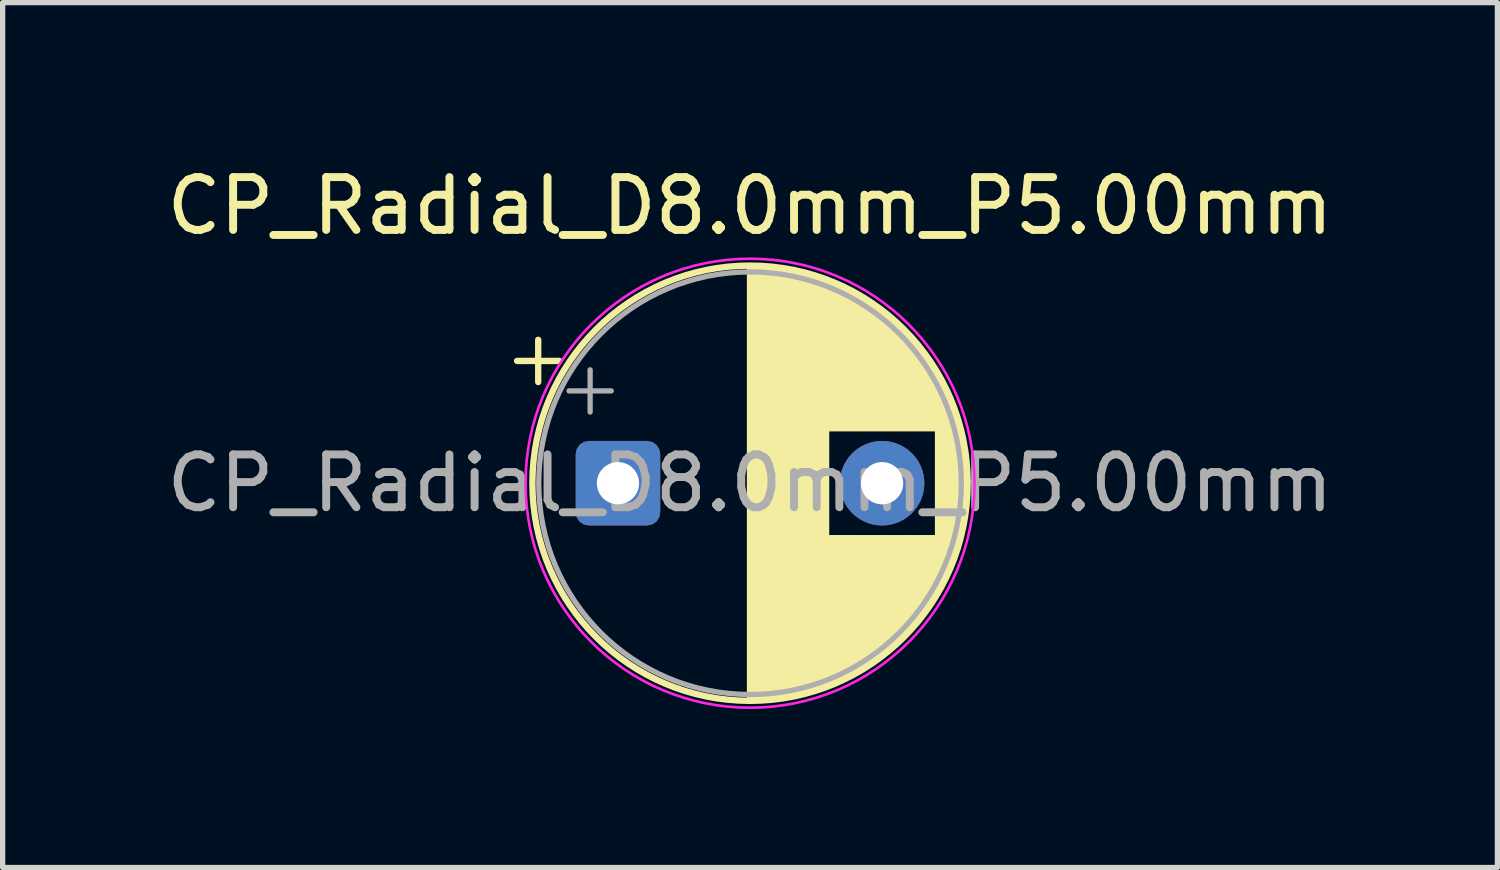
<source format=kicad_pcb>
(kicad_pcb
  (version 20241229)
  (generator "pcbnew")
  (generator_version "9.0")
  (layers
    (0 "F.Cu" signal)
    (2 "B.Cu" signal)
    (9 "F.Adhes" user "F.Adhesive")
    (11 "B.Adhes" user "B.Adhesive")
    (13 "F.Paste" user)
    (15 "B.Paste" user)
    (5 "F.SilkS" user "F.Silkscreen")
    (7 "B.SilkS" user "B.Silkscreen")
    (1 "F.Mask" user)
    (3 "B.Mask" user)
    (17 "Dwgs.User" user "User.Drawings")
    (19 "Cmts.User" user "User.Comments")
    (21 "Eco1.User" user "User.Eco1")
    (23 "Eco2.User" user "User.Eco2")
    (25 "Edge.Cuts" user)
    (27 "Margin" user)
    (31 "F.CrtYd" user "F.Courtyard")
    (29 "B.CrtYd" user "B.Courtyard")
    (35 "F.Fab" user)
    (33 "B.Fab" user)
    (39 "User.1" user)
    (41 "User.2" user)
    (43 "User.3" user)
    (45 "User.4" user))
  (footprint "CP_Radial_D8.0mm_P5.00mm"
    (layer "F.Cu")
    (at 8.649 6.098)
    (property "Reference" "CP_Radial_D8.0mm_P5.00mm" (at 2.5 -5.25 180) (layer "F.SilkS") (effects (font (size 1 1) (thickness 0.15))))
    (attr through_hole)
    (fp_line (start -1.91 -2.315) (end -1.11 -2.315) (stroke (width 0.12) (type solid)) (layer "F.SilkS"))
    (fp_line (start -1.51 -2.715) (end -1.51 -1.915) (stroke (width 0.12) (type solid)) (layer "F.SilkS"))
    (fp_line (start 2.5 -4.08) (end 2.5 4.08) (stroke (width 0.12) (type solid)) (layer "F.SilkS"))
    (fp_line (start 2.54 -4.08) (end 2.54 4.08) (stroke (width 0.12) (type solid)) (layer "F.SilkS"))
    (fp_line (start 2.58 -4.079) (end 2.58 4.079) (stroke (width 0.12) (type solid)) (layer "F.SilkS"))
    (fp_line (start 2.62 -4.078) (end 2.62 4.078) (stroke (width 0.12) (type solid)) (layer "F.SilkS"))
    (fp_line (start 2.66 -4.077) (end 2.66 4.077) (stroke (width 0.12) (type solid)) (layer "F.SilkS"))
    (fp_line (start 2.7 -4.075) (end 2.7 4.075) (stroke (width 0.12) (type solid)) (layer "F.SilkS"))
    (fp_line (start 2.74 -4.073) (end 2.74 4.073) (stroke (width 0.12) (type solid)) (layer "F.SilkS"))
    (fp_line (start 2.78 -4.07) (end 2.78 4.07) (stroke (width 0.12) (type solid)) (layer "F.SilkS"))
    (fp_line (start 2.82 -4.068) (end 2.82 4.068) (stroke (width 0.12) (type solid)) (layer "F.SilkS"))
    (fp_line (start 2.86 -4.064) (end 2.86 4.064) (stroke (width 0.12) (type solid)) (layer "F.SilkS"))
    (fp_line (start 2.9 -4.061) (end 2.9 4.061) (stroke (width 0.12) (type solid)) (layer "F.SilkS"))
    (fp_line (start 2.94 -4.056) (end 2.94 4.056) (stroke (width 0.12) (type solid)) (layer "F.SilkS"))
    (fp_line (start 2.98 -4.052) (end 2.98 4.052) (stroke (width 0.12) (type solid)) (layer "F.SilkS"))
    (fp_line (start 3.02 -4.047) (end 3.02 4.047) (stroke (width 0.12) (type solid)) (layer "F.SilkS"))
    (fp_line (start 3.06 -4.042) (end 3.06 4.042) (stroke (width 0.12) (type solid)) (layer "F.SilkS"))
    (fp_line (start 3.1 -4.036) (end 3.1 4.036) (stroke (width 0.12) (type solid)) (layer "F.SilkS"))
    (fp_line (start 3.14 -4.03) (end 3.14 4.03) (stroke (width 0.12) (type solid)) (layer "F.SilkS"))
    (fp_line (start 3.18 -4.023) (end 3.18 4.023) (stroke (width 0.12) (type solid)) (layer "F.SilkS"))
    (fp_line (start 3.22 -4.017) (end 3.22 4.017) (stroke (width 0.12) (type solid)) (layer "F.SilkS"))
    (fp_line (start 3.26 -4.009) (end 3.26 4.009) (stroke (width 0.12) (type solid)) (layer "F.SilkS"))
    (fp_line (start 3.3 -4.002) (end 3.3 4.002) (stroke (width 0.12) (type solid)) (layer "F.SilkS"))
    (fp_line (start 3.34 -3.993) (end 3.34 3.993) (stroke (width 0.12) (type solid)) (layer "F.SilkS"))
    (fp_line (start 3.38 -3.985) (end 3.38 3.985) (stroke (width 0.12) (type solid)) (layer "F.SilkS"))
    (fp_line (start 3.42 -3.976) (end 3.42 3.976) (stroke (width 0.12) (type solid)) (layer "F.SilkS"))
    (fp_line (start 3.46 -3.967) (end 3.46 3.967) (stroke (width 0.12) (type solid)) (layer "F.SilkS"))
    (fp_line (start 3.5 -3.957) (end 3.5 3.957) (stroke (width 0.12) (type solid)) (layer "F.SilkS"))
    (fp_line (start 3.54 -3.947) (end 3.54 3.947) (stroke (width 0.12) (type solid)) (layer "F.SilkS"))
    (fp_line (start 3.58 -3.936) (end 3.58 3.936) (stroke (width 0.12) (type solid)) (layer "F.SilkS"))
    (fp_line (start 3.62 -3.925) (end 3.62 3.925) (stroke (width 0.12) (type solid)) (layer "F.SilkS"))
    (fp_line (start 3.66 -3.913) (end 3.66 3.913) (stroke (width 0.12) (type solid)) (layer "F.SilkS"))
    (fp_line (start 3.7 -3.901) (end 3.7 3.901) (stroke (width 0.12) (type solid)) (layer "F.SilkS"))
    (fp_line (start 3.74 -3.889) (end 3.74 3.889) (stroke (width 0.12) (type solid)) (layer "F.SilkS"))
    (fp_line (start 3.78 -3.876) (end 3.78 3.876) (stroke (width 0.12) (type solid)) (layer "F.SilkS"))
    (fp_line (start 3.82 -3.863) (end 3.82 3.863) (stroke (width 0.12) (type solid)) (layer "F.SilkS"))
    (fp_line (start 3.86 -3.849) (end 3.86 3.849) (stroke (width 0.12) (type solid)) (layer "F.SilkS"))
    (fp_line (start 3.9 -3.835) (end 3.9 3.835) (stroke (width 0.12) (type solid)) (layer "F.SilkS"))
    (fp_line (start 3.94 -3.82) (end 3.94 3.82) (stroke (width 0.12) (type solid)) (layer "F.SilkS"))
    (fp_line (start 3.98 -3.805) (end 3.98 -1.04) (stroke (width 0.12) (type solid)) (layer "F.SilkS"))
    (fp_line (start 3.98 1.04) (end 3.98 3.805) (stroke (width 0.12) (type solid)) (layer "F.SilkS"))
    (fp_line (start 4.02 -3.789) (end 4.02 -1.04) (stroke (width 0.12) (type solid)) (layer "F.SilkS"))
    (fp_line (start 4.02 1.04) (end 4.02 3.789) (stroke (width 0.12) (type solid)) (layer "F.SilkS"))
    (fp_line (start 4.06 -3.773) (end 4.06 -1.04) (stroke (width 0.12) (type solid)) (layer "F.SilkS"))
    (fp_line (start 4.06 1.04) (end 4.06 3.773) (stroke (width 0.12) (type solid)) (layer "F.SilkS"))
    (fp_line (start 4.1 -3.757) (end 4.1 -1.04) (stroke (width 0.12) (type solid)) (layer "F.SilkS"))
    (fp_line (start 4.1 1.04) (end 4.1 3.757) (stroke (width 0.12) (type solid)) (layer "F.SilkS"))
    (fp_line (start 4.14 -3.74) (end 4.14 -1.04) (stroke (width 0.12) (type solid)) (layer "F.SilkS"))
    (fp_line (start 4.14 1.04) (end 4.14 3.74) (stroke (width 0.12) (type solid)) (layer "F.SilkS"))
    (fp_line (start 4.18 -3.722) (end 4.18 -1.04) (stroke (width 0.12) (type solid)) (layer "F.SilkS"))
    (fp_line (start 4.18 1.04) (end 4.18 3.722) (stroke (width 0.12) (type solid)) (layer "F.SilkS"))
    (fp_line (start 4.22 -3.704) (end 4.22 -1.04) (stroke (width 0.12) (type solid)) (layer "F.SilkS"))
    (fp_line (start 4.22 1.04) (end 4.22 3.704) (stroke (width 0.12) (type solid)) (layer "F.SilkS"))
    (fp_line (start 4.26 -3.685) (end 4.26 -1.04) (stroke (width 0.12) (type solid)) (layer "F.SilkS"))
    (fp_line (start 4.26 1.04) (end 4.26 3.685) (stroke (width 0.12) (type solid)) (layer "F.SilkS"))
    (fp_line (start 4.3 -3.666) (end 4.3 -1.04) (stroke (width 0.12) (type solid)) (layer "F.SilkS"))
    (fp_line (start 4.3 1.04) (end 4.3 3.666) (stroke (width 0.12) (type solid)) (layer "F.SilkS"))
    (fp_line (start 4.34 -3.646) (end 4.34 -1.04) (stroke (width 0.12) (type solid)) (layer "F.SilkS"))
    (fp_line (start 4.34 1.04) (end 4.34 3.646) (stroke (width 0.12) (type solid)) (layer "F.SilkS"))
    (fp_line (start 4.38 -3.626) (end 4.38 -1.04) (stroke (width 0.12) (type solid)) (layer "F.SilkS"))
    (fp_line (start 4.38 1.04) (end 4.38 3.626) (stroke (width 0.12) (type solid)) (layer "F.SilkS"))
    (fp_line (start 4.42 -3.605) (end 4.42 -1.04) (stroke (width 0.12) (type solid)) (layer "F.SilkS"))
    (fp_line (start 4.42 1.04) (end 4.42 3.605) (stroke (width 0.12) (type solid)) (layer "F.SilkS"))
    (fp_line (start 4.46 -3.584) (end 4.46 -1.04) (stroke (width 0.12) (type solid)) (layer "F.SilkS"))
    (fp_line (start 4.46 1.04) (end 4.46 3.584) (stroke (width 0.12) (type solid)) (layer "F.SilkS"))
    (fp_line (start 4.5 -3.562) (end 4.5 -1.04) (stroke (width 0.12) (type solid)) (layer "F.SilkS"))
    (fp_line (start 4.5 1.04) (end 4.5 3.562) (stroke (width 0.12) (type solid)) (layer "F.SilkS"))
    (fp_line (start 4.54 -3.539) (end 4.54 -1.04) (stroke (width 0.12) (type solid)) (layer "F.SilkS"))
    (fp_line (start 4.54 1.04) (end 4.54 3.539) (stroke (width 0.12) (type solid)) (layer "F.SilkS"))
    (fp_line (start 4.58 -3.516) (end 4.58 -1.04) (stroke (width 0.12) (type solid)) (layer "F.SilkS"))
    (fp_line (start 4.58 1.04) (end 4.58 3.516) (stroke (width 0.12) (type solid)) (layer "F.SilkS"))
    (fp_line (start 4.62 -3.493) (end 4.62 -1.04) (stroke (width 0.12) (type solid)) (layer "F.SilkS"))
    (fp_line (start 4.62 1.04) (end 4.62 3.493) (stroke (width 0.12) (type solid)) (layer "F.SilkS"))
    (fp_line (start 4.66 -3.468) (end 4.66 -1.04) (stroke (width 0.12) (type solid)) (layer "F.SilkS"))
    (fp_line (start 4.66 1.04) (end 4.66 3.468) (stroke (width 0.12) (type solid)) (layer "F.SilkS"))
    (fp_line (start 4.7 -3.443) (end 4.7 -1.04) (stroke (width 0.12) (type solid)) (layer "F.SilkS"))
    (fp_line (start 4.7 1.04) (end 4.7 3.443) (stroke (width 0.12) (type solid)) (layer "F.SilkS"))
    (fp_line (start 4.74 -3.418) (end 4.74 -1.04) (stroke (width 0.12) (type solid)) (layer "F.SilkS"))
    (fp_line (start 4.74 1.04) (end 4.74 3.418) (stroke (width 0.12) (type solid)) (layer "F.SilkS"))
    (fp_line (start 4.78 -3.392) (end 4.78 -1.04) (stroke (width 0.12) (type solid)) (layer "F.SilkS"))
    (fp_line (start 4.78 1.04) (end 4.78 3.392) (stroke (width 0.12) (type solid)) (layer "F.SilkS"))
    (fp_line (start 4.82 -3.365) (end 4.82 -1.04) (stroke (width 0.12) (type solid)) (layer "F.SilkS"))
    (fp_line (start 4.82 1.04) (end 4.82 3.365) (stroke (width 0.12) (type solid)) (layer "F.SilkS"))
    (fp_line (start 4.86 -3.337) (end 4.86 -1.04) (stroke (width 0.12) (type solid)) (layer "F.SilkS"))
    (fp_line (start 4.86 1.04) (end 4.86 3.337) (stroke (width 0.12) (type solid)) (layer "F.SilkS"))
    (fp_line (start 4.9 -3.309) (end 4.9 -1.04) (stroke (width 0.12) (type solid)) (layer "F.SilkS"))
    (fp_line (start 4.9 1.04) (end 4.9 3.309) (stroke (width 0.12) (type solid)) (layer "F.SilkS"))
    (fp_line (start 4.94 -3.28) (end 4.94 -1.04) (stroke (width 0.12) (type solid)) (layer "F.SilkS"))
    (fp_line (start 4.94 1.04) (end 4.94 3.28) (stroke (width 0.12) (type solid)) (layer "F.SilkS"))
    (fp_line (start 4.98 -3.25) (end 4.98 -1.04) (stroke (width 0.12) (type solid)) (layer "F.SilkS"))
    (fp_line (start 4.98 1.04) (end 4.98 3.25) (stroke (width 0.12) (type solid)) (layer "F.SilkS"))
    (fp_line (start 5.02 -3.219) (end 5.02 -1.04) (stroke (width 0.12) (type solid)) (layer "F.SilkS"))
    (fp_line (start 5.02 1.04) (end 5.02 3.219) (stroke (width 0.12) (type solid)) (layer "F.SilkS"))
    (fp_line (start 5.06 -3.188) (end 5.06 -1.04) (stroke (width 0.12) (type solid)) (layer "F.SilkS"))
    (fp_line (start 5.06 1.04) (end 5.06 3.188) (stroke (width 0.12) (type solid)) (layer "F.SilkS"))
    (fp_line (start 5.1 -3.156) (end 5.1 -1.04) (stroke (width 0.12) (type solid)) (layer "F.SilkS"))
    (fp_line (start 5.1 1.04) (end 5.1 3.156) (stroke (width 0.12) (type solid)) (layer "F.SilkS"))
    (fp_line (start 5.14 -3.123) (end 5.14 -1.04) (stroke (width 0.12) (type solid)) (layer "F.SilkS"))
    (fp_line (start 5.14 1.04) (end 5.14 3.123) (stroke (width 0.12) (type solid)) (layer "F.SilkS"))
    (fp_line (start 5.18 -3.089) (end 5.18 -1.04) (stroke (width 0.12) (type solid)) (layer "F.SilkS"))
    (fp_line (start 5.18 1.04) (end 5.18 3.089) (stroke (width 0.12) (type solid)) (layer "F.SilkS"))
    (fp_line (start 5.22 -3.055) (end 5.22 -1.04) (stroke (width 0.12) (type solid)) (layer "F.SilkS"))
    (fp_line (start 5.22 1.04) (end 5.22 3.055) (stroke (width 0.12) (type solid)) (layer "F.SilkS"))
    (fp_line (start 5.26 -3.019) (end 5.26 -1.04) (stroke (width 0.12) (type solid)) (layer "F.SilkS"))
    (fp_line (start 5.26 1.04) (end 5.26 3.019) (stroke (width 0.12) (type solid)) (layer "F.SilkS"))
    (fp_line (start 5.3 -2.982) (end 5.3 -1.04) (stroke (width 0.12) (type solid)) (layer "F.SilkS"))
    (fp_line (start 5.3 1.04) (end 5.3 2.982) (stroke (width 0.12) (type solid)) (layer "F.SilkS"))
    (fp_line (start 5.34 -2.945) (end 5.34 -1.04) (stroke (width 0.12) (type solid)) (layer "F.SilkS"))
    (fp_line (start 5.34 1.04) (end 5.34 2.945) (stroke (width 0.12) (type solid)) (layer "F.SilkS"))
    (fp_line (start 5.38 -2.906) (end 5.38 -1.04) (stroke (width 0.12) (type solid)) (layer "F.SilkS"))
    (fp_line (start 5.38 1.04) (end 5.38 2.906) (stroke (width 0.12) (type solid)) (layer "F.SilkS"))
    (fp_line (start 5.42 -2.867) (end 5.42 -1.04) (stroke (width 0.12) (type solid)) (layer "F.SilkS"))
    (fp_line (start 5.42 1.04) (end 5.42 2.867) (stroke (width 0.12) (type solid)) (layer "F.SilkS"))
    (fp_line (start 5.46 -2.826) (end 5.46 -1.04) (stroke (width 0.12) (type solid)) (layer "F.SilkS"))
    (fp_line (start 5.46 1.04) (end 5.46 2.826) (stroke (width 0.12) (type solid)) (layer "F.SilkS"))
    (fp_line (start 5.5 -2.784) (end 5.5 -1.04) (stroke (width 0.12) (type solid)) (layer "F.SilkS"))
    (fp_line (start 5.5 1.04) (end 5.5 2.784) (stroke (width 0.12) (type solid)) (layer "F.SilkS"))
    (fp_line (start 5.54 -2.741) (end 5.54 -1.04) (stroke (width 0.12) (type solid)) (layer "F.SilkS"))
    (fp_line (start 5.54 1.04) (end 5.54 2.741) (stroke (width 0.12) (type solid)) (layer "F.SilkS"))
    (fp_line (start 5.58 -2.696) (end 5.58 -1.04) (stroke (width 0.12) (type solid)) (layer "F.SilkS"))
    (fp_line (start 5.58 1.04) (end 5.58 2.696) (stroke (width 0.12) (type solid)) (layer "F.SilkS"))
    (fp_line (start 5.62 -2.651) (end 5.62 -1.04) (stroke (width 0.12) (type solid)) (layer "F.SilkS"))
    (fp_line (start 5.62 1.04) (end 5.62 2.651) (stroke (width 0.12) (type solid)) (layer "F.SilkS"))
    (fp_line (start 5.66 -2.604) (end 5.66 -1.04) (stroke (width 0.12) (type solid)) (layer "F.SilkS"))
    (fp_line (start 5.66 1.04) (end 5.66 2.604) (stroke (width 0.12) (type solid)) (layer "F.SilkS"))
    (fp_line (start 5.7 -2.555) (end 5.7 -1.04) (stroke (width 0.12) (type solid)) (layer "F.SilkS"))
    (fp_line (start 5.7 1.04) (end 5.7 2.555) (stroke (width 0.12) (type solid)) (layer "F.SilkS"))
    (fp_line (start 5.74 -2.505) (end 5.74 -1.04) (stroke (width 0.12) (type solid)) (layer "F.SilkS"))
    (fp_line (start 5.74 1.04) (end 5.74 2.505) (stroke (width 0.12) (type solid)) (layer "F.SilkS"))
    (fp_line (start 5.78 -2.453) (end 5.78 -1.04) (stroke (width 0.12) (type solid)) (layer "F.SilkS"))
    (fp_line (start 5.78 1.04) (end 5.78 2.453) (stroke (width 0.12) (type solid)) (layer "F.SilkS"))
    (fp_line (start 5.82 -2.4) (end 5.82 -1.04) (stroke (width 0.12) (type solid)) (layer "F.SilkS"))
    (fp_line (start 5.82 1.04) (end 5.82 2.4) (stroke (width 0.12) (type solid)) (layer "F.SilkS"))
    (fp_line (start 5.86 -2.344) (end 5.86 -1.04) (stroke (width 0.12) (type solid)) (layer "F.SilkS"))
    (fp_line (start 5.86 1.04) (end 5.86 2.344) (stroke (width 0.12) (type solid)) (layer "F.SilkS"))
    (fp_line (start 5.9 -2.287) (end 5.9 -1.04) (stroke (width 0.12) (type solid)) (layer "F.SilkS"))
    (fp_line (start 5.9 1.04) (end 5.9 2.287) (stroke (width 0.12) (type solid)) (layer "F.SilkS"))
    (fp_line (start 5.94 -2.227) (end 5.94 -1.04) (stroke (width 0.12) (type solid)) (layer "F.SilkS"))
    (fp_line (start 5.94 1.04) (end 5.94 2.227) (stroke (width 0.12) (type solid)) (layer "F.SilkS"))
    (fp_line (start 5.98 -2.165) (end 5.98 -1.04) (stroke (width 0.12) (type solid)) (layer "F.SilkS"))
    (fp_line (start 5.98 1.04) (end 5.98 2.165) (stroke (width 0.12) (type solid)) (layer "F.SilkS"))
    (fp_line (start 6.02 -2.101) (end 6.02 -1.04) (stroke (width 0.12) (type solid)) (layer "F.SilkS"))
    (fp_line (start 6.02 1.04) (end 6.02 2.101) (stroke (width 0.12) (type solid)) (layer "F.SilkS"))
    (fp_line (start 6.06 -2.034) (end 6.06 2.034) (stroke (width 0.12) (type solid)) (layer "F.SilkS"))
    (fp_line (start 6.1 -1.964) (end 6.1 1.964) (stroke (width 0.12) (type solid)) (layer "F.SilkS"))
    (fp_line (start 6.14 -1.89) (end 6.14 1.89) (stroke (width 0.12) (type solid)) (layer "F.SilkS"))
    (fp_line (start 6.18 -1.813) (end 6.18 1.813) (stroke (width 0.12) (type solid)) (layer "F.SilkS"))
    (fp_line (start 6.22 -1.731) (end 6.22 1.731) (stroke (width 0.12) (type solid)) (layer "F.SilkS"))
    (fp_line (start 6.26 -1.644) (end 6.26 1.644) (stroke (width 0.12) (type solid)) (layer "F.SilkS"))
    (fp_line (start 6.3 -1.552) (end 6.3 1.552) (stroke (width 0.12) (type solid)) (layer "F.SilkS"))
    (fp_line (start 6.34 -1.453) (end 6.34 1.453) (stroke (width 0.12) (type solid)) (layer "F.SilkS"))
    (fp_line (start 6.38 -1.346) (end 6.38 1.346) (stroke (width 0.12) (type solid)) (layer "F.SilkS"))
    (fp_line (start 6.42 -1.228) (end 6.42 1.228) (stroke (width 0.12) (type solid)) (layer "F.SilkS"))
    (fp_line (start 6.46 -1.097) (end 6.46 1.097) (stroke (width 0.12) (type solid)) (layer "F.SilkS"))
    (fp_line (start 6.5 -0.947) (end 6.5 0.947) (stroke (width 0.12) (type solid)) (layer "F.SilkS"))
    (fp_line (start 6.54 -0.768) (end 6.54 0.768) (stroke (width 0.12) (type solid)) (layer "F.SilkS"))
    (fp_line (start 6.58 -0.533) (end 6.58 0.533) (stroke (width 0.12) (type solid)) (layer "F.SilkS"))
    (fp_circle (center 2.5 0) (end 6.62 0) (stroke (width 0.12) (type solid)) (fill no) (layer "F.SilkS"))
    (fp_circle (center 2.5 0) (end 6.75 0) (stroke (width 0.05) (type solid)) (fill no) (layer "F.CrtYd"))
    (fp_line (start -0.927 -1.748) (end -0.127 -1.748) (stroke (width 0.1) (type solid)) (layer "F.Fab"))
    (fp_line (start -0.527 -2.147) (end -0.527 -1.347) (stroke (width 0.1) (type solid)) (layer "F.Fab"))
    (fp_circle (center 2.5 0) (end 6.5 0) (stroke (width 0.1) (type solid)) (fill no) (layer "F.Fab"))
    (fp_text user "${REFERENCE}" (at 2.5 0 180) (layer "F.Fab") (effects (font (size 1 1) (thickness 0.15))))
    (pad "1" thru_hole roundrect (at 0 0) (size 1.6 1.6) (drill 0.8) (layers "*.Cu" "*.Mask") (roundrect_rratio 0.156))
    (pad "2" thru_hole circle (at 5 0) (size 1.6 1.6) (drill 0.8) (layers "*.Cu" "*.Mask")))
  (gr_rect
    (start -3 -3)
    (end 25.298 13.373)
    (stroke (width 0.1) (type default))
    (fill no)
    (layer "Edge.Cuts")))
</source>
